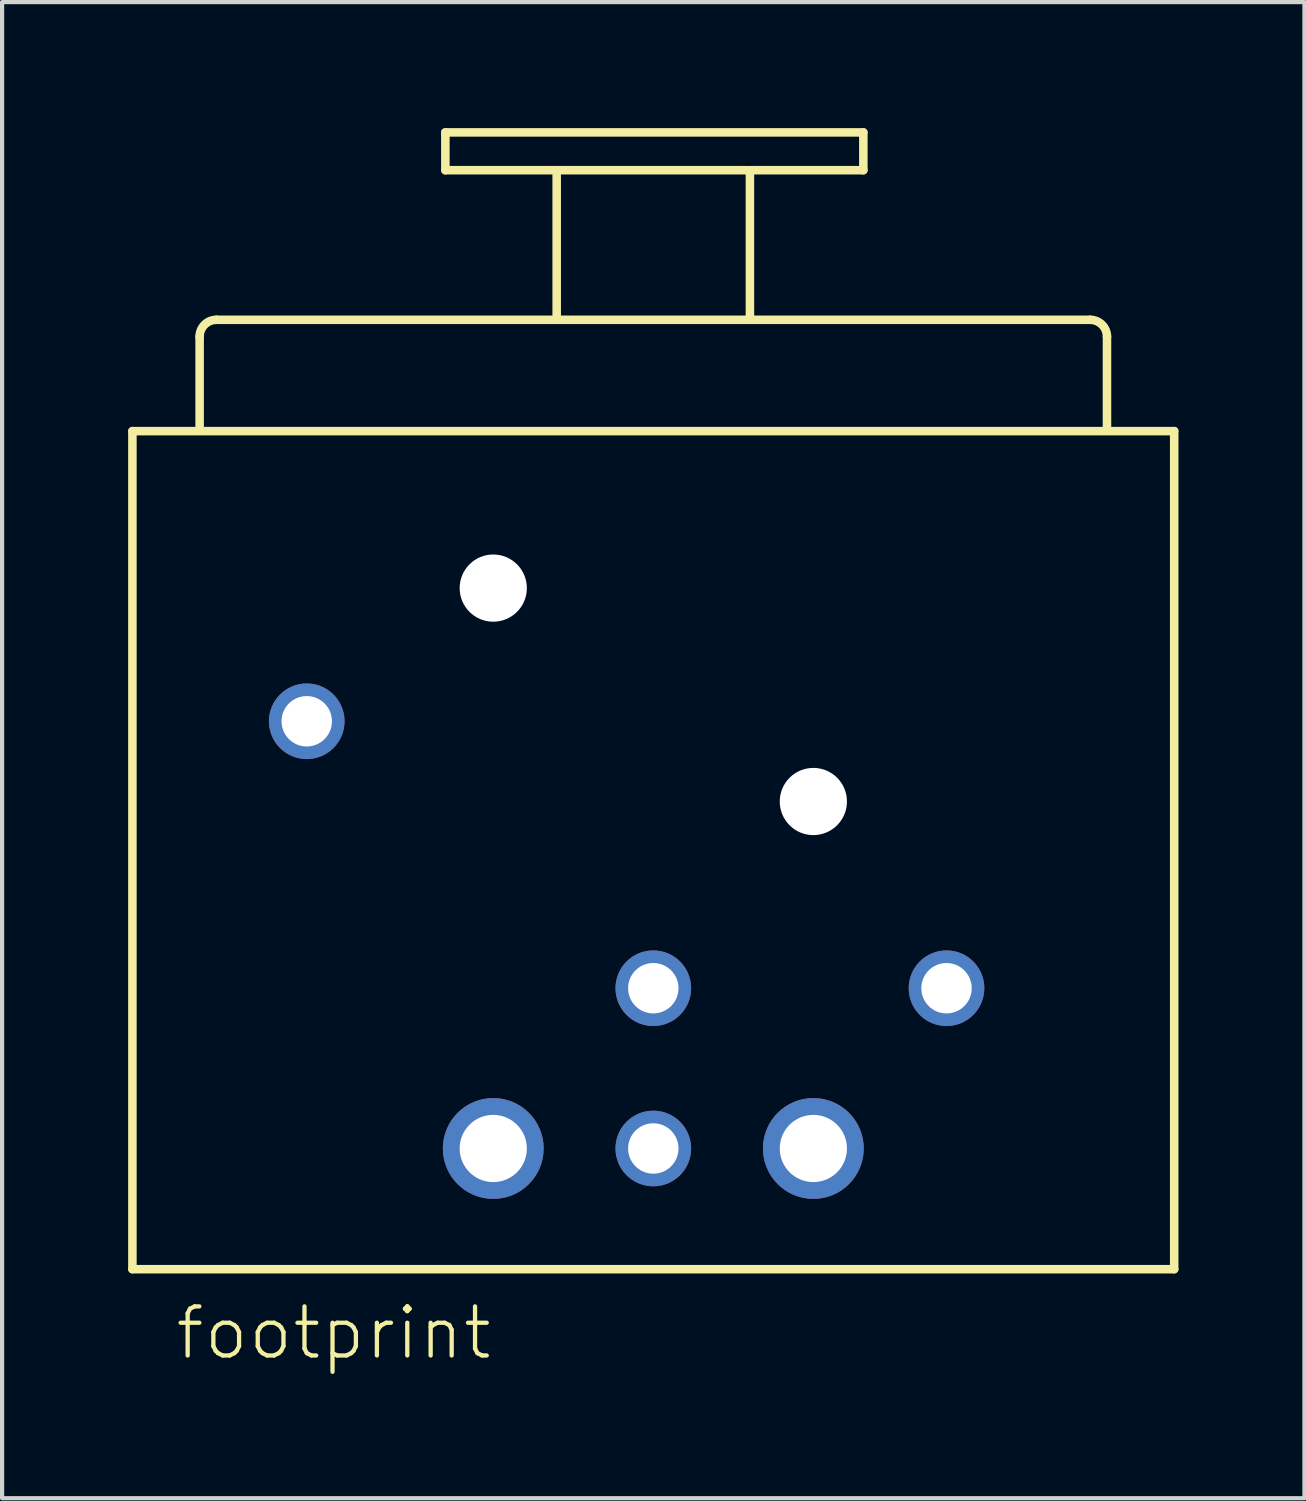
<source format=kicad_pcb>
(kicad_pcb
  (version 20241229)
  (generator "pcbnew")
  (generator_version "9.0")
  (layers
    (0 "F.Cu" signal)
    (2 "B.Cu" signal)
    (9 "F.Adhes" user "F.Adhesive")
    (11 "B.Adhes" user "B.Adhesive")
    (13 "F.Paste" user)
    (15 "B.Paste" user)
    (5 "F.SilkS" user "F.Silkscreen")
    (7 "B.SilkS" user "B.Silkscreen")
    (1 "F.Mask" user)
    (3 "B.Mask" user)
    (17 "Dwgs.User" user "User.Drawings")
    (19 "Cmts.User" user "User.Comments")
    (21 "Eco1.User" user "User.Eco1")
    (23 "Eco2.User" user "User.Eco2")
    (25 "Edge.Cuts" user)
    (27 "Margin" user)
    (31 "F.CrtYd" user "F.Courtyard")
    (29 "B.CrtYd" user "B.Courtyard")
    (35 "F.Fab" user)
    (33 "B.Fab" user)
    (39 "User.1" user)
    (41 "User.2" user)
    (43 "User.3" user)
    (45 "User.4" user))
  (footprint "footprint"
    (layer "F.Cu")
    (at 12.502 20.475)
    (property "Reference" "footprint" (at -11.43 8.89 0) (layer "F.SilkS") (effects (font (size 1.168 1.168) (thickness 0.102)) (justify left bottom)))
    (fp_line (start -12.4 -13.262) (end 12.4 -13.262) (stroke (width 0.203) (type solid)) (layer "F.SilkS"))
    (fp_line (start -12.4 6.688) (end -12.4 -13.262) (stroke (width 0.203) (type solid)) (layer "F.SilkS"))
    (fp_line (start -10.8 -13.362) (end -10.8 -15.512) (stroke (width 0.203) (type solid)) (layer "F.SilkS"))
    (fp_line (start -10.4 -15.912) (end 10.4 -15.912) (stroke (width 0.203) (type solid)) (layer "F.SilkS"))
    (fp_line (start -4.95 -20.373) (end 5 -20.373) (stroke (width 0.203) (type solid)) (layer "F.SilkS"))
    (fp_line (start -4.95 -19.473) (end -4.95 -20.373) (stroke (width 0.203) (type solid)) (layer "F.SilkS"))
    (fp_line (start -2.3 -19.473) (end -4.95 -19.473) (stroke (width 0.203) (type solid)) (layer "F.SilkS"))
    (fp_line (start -2.3 -19.473) (end 2.25 -19.473) (stroke (width 0.203) (type solid)) (layer "F.SilkS"))
    (fp_line (start -2.3 -16.023) (end -2.3 -19.473) (stroke (width 0.203) (type solid)) (layer "F.SilkS"))
    (fp_line (start 2.3 -19.473) (end 2.3 -16.023) (stroke (width 0.203) (type solid)) (layer "F.SilkS"))
    (fp_line (start 5 -20.373) (end 5 -19.473) (stroke (width 0.203) (type solid)) (layer "F.SilkS"))
    (fp_line (start 5 -19.473) (end 2.3 -19.473) (stroke (width 0.203) (type solid)) (layer "F.SilkS"))
    (fp_line (start 10.8 -15.512) (end 10.8 -13.362) (stroke (width 0.203) (type solid)) (layer "F.SilkS"))
    (fp_line (start 12.4 -13.262) (end 12.4 6.688) (stroke (width 0.203) (type solid)) (layer "F.SilkS"))
    (fp_line (start 12.4 6.688) (end -12.4 6.688) (stroke (width 0.203) (type solid)) (layer "F.SilkS"))
    (fp_arc (start -10.8 -15.5119) (mid -10.682843 -15.794743) (end -10.4 -15.9119) (stroke (width 0.2032) (type solid)) (layer "F.SilkS"))
    (fp_arc (start 10.4 -15.9119) (mid 10.682843 -15.794743) (end 10.8 -15.5119) (stroke (width 0.2032) (type solid)) (layer "F.SilkS"))
    (pad "" np_thru_hole circle (at -3.81 -9.525) (size 1.6 1.6) (drill 1.6) (layers "*.Cu" "*.Mask"))
    (pad "" np_thru_hole circle (at 3.81 -4.445) (size 1.6 1.6) (drill 1.6) (layers "*.Cu" "*.Mask"))
    (pad "1" thru_hole circle (at -3.81 3.815) (size 2.4 2.4) (drill 1.6) (layers "*.Cu" "*.Mask"))
    (pad "2" thru_hole circle (at 0 0) (size 1.8 1.8) (drill 1.2) (layers "*.Cu" "*.Mask"))
    (pad "3" thru_hole circle (at 0 3.815) (size 1.8 1.8) (drill 1.2) (layers "*.Cu" "*.Mask"))
    (pad "4" thru_hole circle (at 6.98 0) (size 1.8 1.8) (drill 1.2) (layers "*.Cu" "*.Mask"))
    (pad "5" thru_hole circle (at 3.81 3.815) (size 2.4 2.4) (drill 1.6) (layers "*.Cu" "*.Mask"))
    (pad "G" thru_hole circle (at -8.25 -6.355) (size 1.8 1.8) (drill 1.2) (layers "*.Cu" "*.Mask")))
  (gr_rect
    (start -3 -3)
    (end 28.003 32.615)
    (stroke (width 0.1) (type default))
    (fill no)
    (layer "Edge.Cuts")))
</source>
